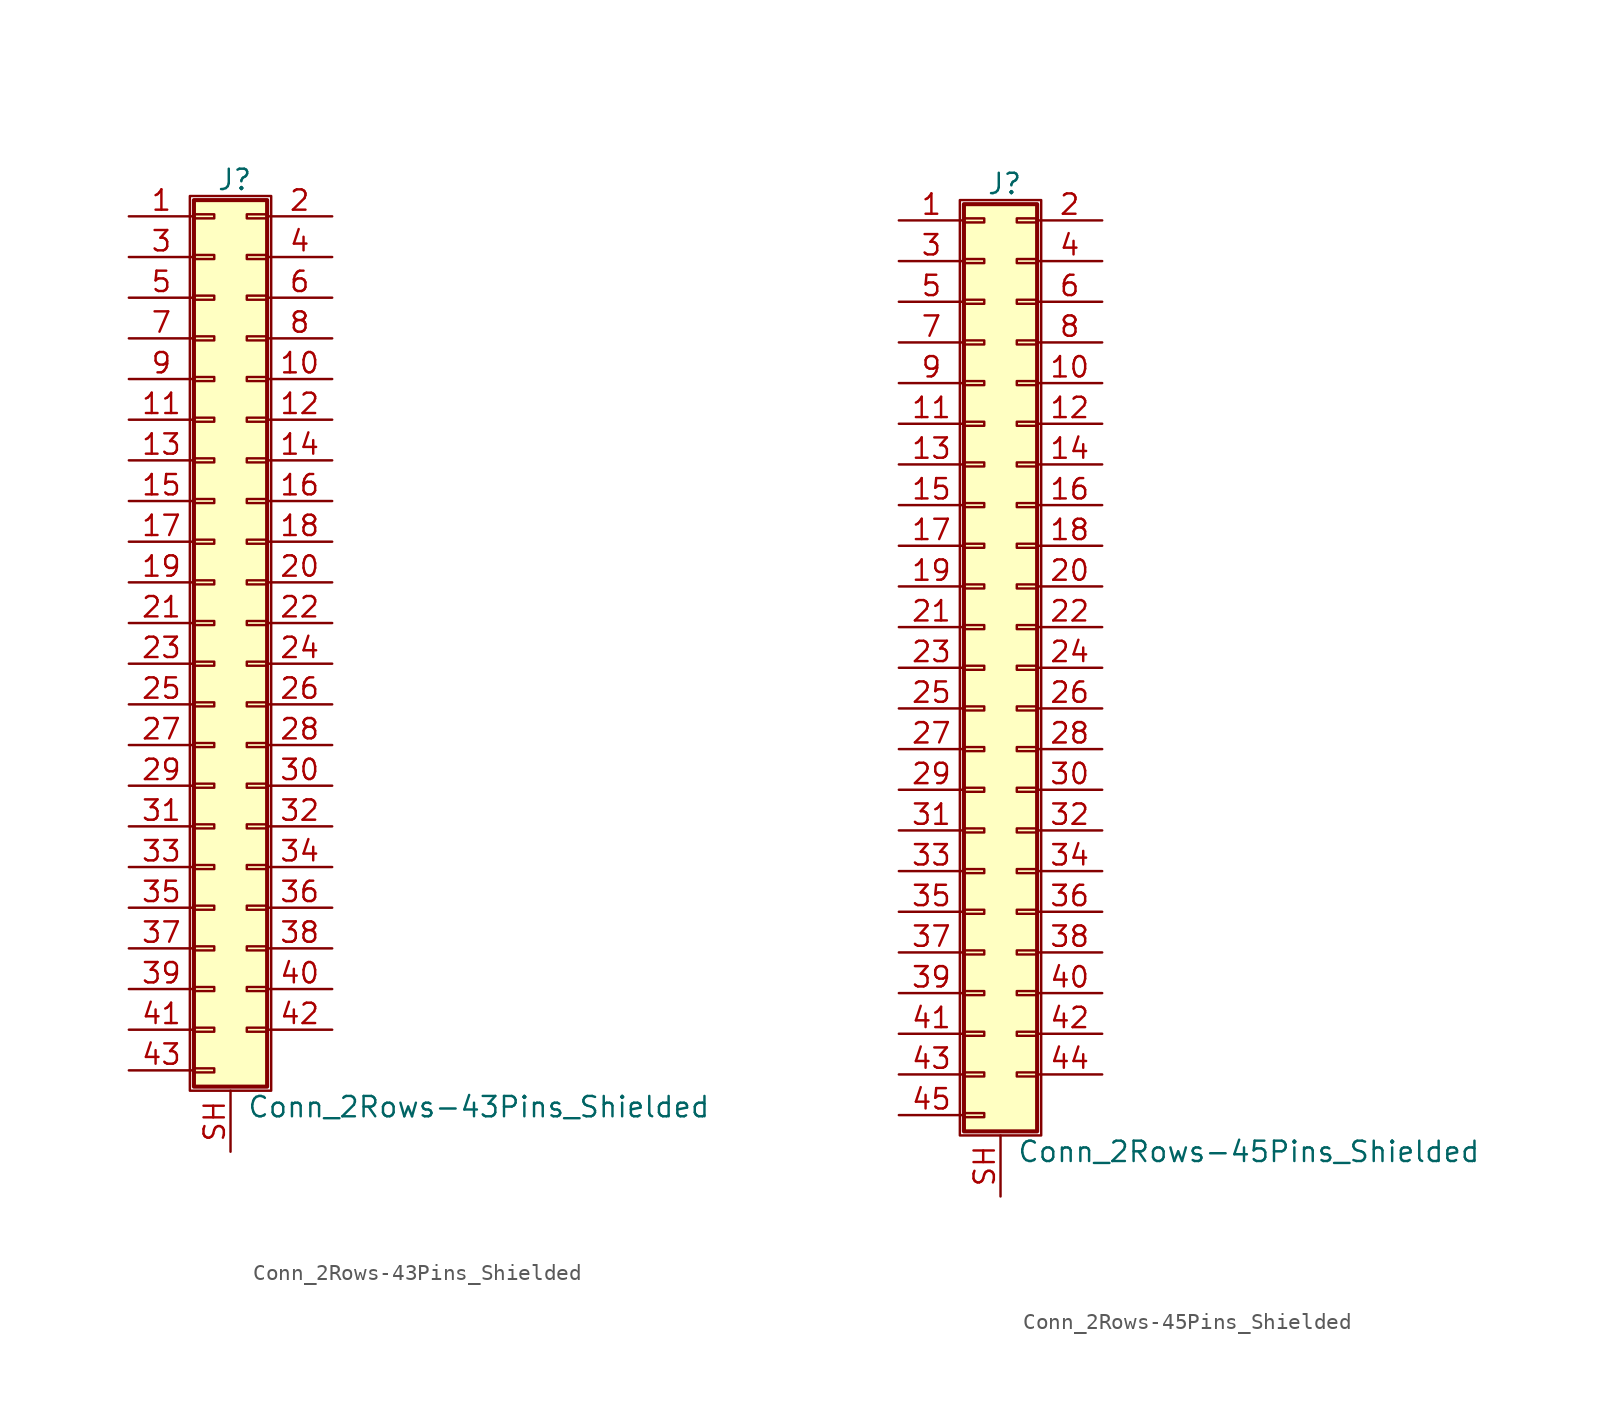
<source format=kicad_sym>
(kicad_symbol_lib
  (version 20201005)
  (generator kicad_symbol_editor)
  (symbol "Connector_Generic_Shielded:Conn_2Rows-43Pins_Shielded"
    (pin_names
      (offset 1.016) hide)
    (property "Reference" "J"
      (at 1.524 27.686 0)
      (effects (font (size 1.27 1.27))))
    (property "Value" "Conn_2Rows-43Pins_Shielded"
      (at 2.286 -30.226 0)
      (effects (font (size 1.27 1.27)) (justify left)))
    (symbol "Conn_2Rows-43Pins_Shielded_1_1"
      (rectangle (start -1.016 -27.813) (end 0.254 -28.067) (stroke (width 0.152)) (fill (type none)))
      (rectangle (start -1.016 -4.953) (end 0.254 -5.207) (stroke (width 0.152)) (fill (type none)))
      (rectangle (start -1.016 -7.493) (end 0.254 -7.747) (stroke (width 0.152)) (fill (type none)))
      (rectangle (start -1.016 -10.033) (end 0.254 -10.287) (stroke (width 0.152)) (fill (type none)))
      (rectangle (start -1.016 -12.573) (end 0.254 -12.827) (stroke (width 0.152)) (fill (type none)))
      (rectangle (start -1.016 -15.113) (end 0.254 -15.367) (stroke (width 0.152)) (fill (type none)))
      (rectangle (start -1.016 -17.653) (end 0.254 -17.907) (stroke (width 0.152)) (fill (type none)))
      (rectangle (start -1.016 -20.193) (end 0.254 -20.447) (stroke (width 0.152)) (fill (type none)))
      (rectangle (start -1.016 -22.733) (end 0.254 -22.987) (stroke (width 0.152)) (fill (type none)))
      (rectangle (start -1.016 -2.413) (end 0.254 -2.667) (stroke (width 0.152)) (fill (type none)))
      (rectangle (start -1.016 -25.273) (end 0.254 -25.527) (stroke (width 0.152)) (fill (type none)))
      (rectangle (start -1.016 25.527) (end 0.254 25.273) (stroke (width 0.152)) (fill (type none)))
      (rectangle (start -1.016 26.416) (end 3.556 -28.956) (stroke (width 0.254)) (fill (type background)))
      (rectangle (start -1.016 2.667) (end 0.254 2.413) (stroke (width 0.152)) (fill (type none)))
      (rectangle (start -1.016 5.207) (end 0.254 4.953) (stroke (width 0.152)) (fill (type none)))
      (rectangle (start -1.016 7.747) (end 0.254 7.493) (stroke (width 0.152)) (fill (type none)))
      (rectangle (start -1.016 10.287) (end 0.254 10.033) (stroke (width 0.152)) (fill (type none)))
      (rectangle (start -1.016 0.127) (end 0.254 -0.127) (stroke (width 0.152)) (fill (type none)))
      (rectangle (start -1.016 12.827) (end 0.254 12.573) (stroke (width 0.152)) (fill (type none)))
      (rectangle (start -1.016 15.367) (end 0.254 15.113) (stroke (width 0.152)) (fill (type none)))
      (rectangle (start -1.016 17.907) (end 0.254 17.653) (stroke (width 0.152)) (fill (type none)))
      (rectangle (start -1.016 20.447) (end 0.254 20.193) (stroke (width 0.152)) (fill (type none)))
      (rectangle (start -1.016 22.987) (end 0.254 22.733) (stroke (width 0.152)) (fill (type none)))
      (rectangle (start -1.27 26.67) (end 3.81 -29.21) (stroke (width 0.152)) (fill (type none)))
      (rectangle (start 3.556 -4.953) (end 2.286 -5.207) (stroke (width 0.152)) (fill (type none)))
      (rectangle (start 3.556 -7.493) (end 2.286 -7.747) (stroke (width 0.152)) (fill (type none)))
      (rectangle (start 3.556 -10.033) (end 2.286 -10.287) (stroke (width 0.152)) (fill (type none)))
      (rectangle (start 3.556 -12.573) (end 2.286 -12.827) (stroke (width 0.152)) (fill (type none)))
      (rectangle (start 3.556 -15.113) (end 2.286 -15.367) (stroke (width 0.152)) (fill (type none)))
      (rectangle (start 3.556 -17.653) (end 2.286 -17.907) (stroke (width 0.152)) (fill (type none)))
      (rectangle (start 3.556 -20.193) (end 2.286 -20.447) (stroke (width 0.152)) (fill (type none)))
      (rectangle (start 3.556 -22.733) (end 2.286 -22.987) (stroke (width 0.152)) (fill (type none)))
      (rectangle (start 3.556 -2.413) (end 2.286 -2.667) (stroke (width 0.152)) (fill (type none)))
      (rectangle (start 3.556 -25.273) (end 2.286 -25.527) (stroke (width 0.152)) (fill (type none)))
      (rectangle (start 3.556 25.527) (end 2.286 25.273) (stroke (width 0.152)) (fill (type none)))
      (rectangle (start 3.556 2.667) (end 2.286 2.413) (stroke (width 0.152)) (fill (type none)))
      (rectangle (start 3.556 5.207) (end 2.286 4.953) (stroke (width 0.152)) (fill (type none)))
      (rectangle (start 3.556 7.747) (end 2.286 7.493) (stroke (width 0.152)) (fill (type none)))
      (rectangle (start 3.556 10.287) (end 2.286 10.033) (stroke (width 0.152)) (fill (type none)))
      (rectangle (start 3.556 0.127) (end 2.286 -0.127) (stroke (width 0.152)) (fill (type none)))
      (rectangle (start 3.556 12.827) (end 2.286 12.573) (stroke (width 0.152)) (fill (type none)))
      (rectangle (start 3.556 15.367) (end 2.286 15.113) (stroke (width 0.152)) (fill (type none)))
      (rectangle (start 3.556 17.907) (end 2.286 17.653) (stroke (width 0.152)) (fill (type none)))
      (rectangle (start 3.556 20.447) (end 2.286 20.193) (stroke (width 0.152)) (fill (type none)))
      (rectangle (start 3.556 22.987) (end 2.286 22.733) (stroke (width 0.152)) (fill (type none)))
      (pin passive line (at -5.08 25.4 0) (length 4.064) (name "Pin_1" (effects (font (size 1.27 1.27)))) (number "1" (effects (font (size 1.27 1.27)))))
      (pin passive line (at 7.62 15.24 180) (length 4.064) (name "Pin_10" (effects (font (size 1.27 1.27)))) (number "10" (effects (font (size 1.27 1.27)))))
      (pin passive line (at -5.08 12.7 0) (length 4.064) (name "Pin_11" (effects (font (size 1.27 1.27)))) (number "11" (effects (font (size 1.27 1.27)))))
      (pin passive line (at 7.62 12.7 180) (length 4.064) (name "Pin_12" (effects (font (size 1.27 1.27)))) (number "12" (effects (font (size 1.27 1.27)))))
      (pin passive line (at -5.08 10.16 0) (length 4.064) (name "Pin_13" (effects (font (size 1.27 1.27)))) (number "13" (effects (font (size 1.27 1.27)))))
      (pin passive line (at 7.62 10.16 180) (length 4.064) (name "Pin_14" (effects (font (size 1.27 1.27)))) (number "14" (effects (font (size 1.27 1.27)))))
      (pin passive line (at -5.08 7.62 0) (length 4.064) (name "Pin_15" (effects (font (size 1.27 1.27)))) (number "15" (effects (font (size 1.27 1.27)))))
      (pin passive line (at 7.62 7.62 180) (length 4.064) (name "Pin_16" (effects (font (size 1.27 1.27)))) (number "16" (effects (font (size 1.27 1.27)))))
      (pin passive line (at -5.08 5.08 0) (length 4.064) (name "Pin_17" (effects (font (size 1.27 1.27)))) (number "17" (effects (font (size 1.27 1.27)))))
      (pin passive line (at 7.62 5.08 180) (length 4.064) (name "Pin_18" (effects (font (size 1.27 1.27)))) (number "18" (effects (font (size 1.27 1.27)))))
      (pin passive line (at -5.08 2.54 0) (length 4.064) (name "Pin_19" (effects (font (size 1.27 1.27)))) (number "19" (effects (font (size 1.27 1.27)))))
      (pin passive line (at 7.62 25.4 180) (length 4.064) (name "Pin_2" (effects (font (size 1.27 1.27)))) (number "2" (effects (font (size 1.27 1.27)))))
      (pin passive line (at 7.62 2.54 180) (length 4.064) (name "Pin_20" (effects (font (size 1.27 1.27)))) (number "20" (effects (font (size 1.27 1.27)))))
      (pin passive line (at -5.08 0 0) (length 4.064) (name "Pin_21" (effects (font (size 1.27 1.27)))) (number "21" (effects (font (size 1.27 1.27)))))
      (pin passive line (at 7.62 0 180) (length 4.064) (name "Pin_22" (effects (font (size 1.27 1.27)))) (number "22" (effects (font (size 1.27 1.27)))))
      (pin passive line (at -5.08 -2.54 0) (length 4.064) (name "Pin_23" (effects (font (size 1.27 1.27)))) (number "23" (effects (font (size 1.27 1.27)))))
      (pin passive line (at 7.62 -2.54 180) (length 4.064) (name "Pin_24" (effects (font (size 1.27 1.27)))) (number "24" (effects (font (size 1.27 1.27)))))
      (pin passive line (at -5.08 -5.08 0) (length 4.064) (name "Pin_25" (effects (font (size 1.27 1.27)))) (number "25" (effects (font (size 1.27 1.27)))))
      (pin passive line (at 7.62 -5.08 180) (length 4.064) (name "Pin_26" (effects (font (size 1.27 1.27)))) (number "26" (effects (font (size 1.27 1.27)))))
      (pin passive line (at -5.08 -7.62 0) (length 4.064) (name "Pin_27" (effects (font (size 1.27 1.27)))) (number "27" (effects (font (size 1.27 1.27)))))
      (pin passive line (at 7.62 -7.62 180) (length 4.064) (name "Pin_28" (effects (font (size 1.27 1.27)))) (number "28" (effects (font (size 1.27 1.27)))))
      (pin passive line (at -5.08 -10.16 0) (length 4.064) (name "Pin_29" (effects (font (size 1.27 1.27)))) (number "29" (effects (font (size 1.27 1.27)))))
      (pin passive line (at -5.08 22.86 0) (length 4.064) (name "Pin_3" (effects (font (size 1.27 1.27)))) (number "3" (effects (font (size 1.27 1.27)))))
      (pin passive line (at 7.62 -10.16 180) (length 4.064) (name "Pin_30" (effects (font (size 1.27 1.27)))) (number "30" (effects (font (size 1.27 1.27)))))
      (pin passive line (at -5.08 -12.7 0) (length 4.064) (name "Pin_31" (effects (font (size 1.27 1.27)))) (number "31" (effects (font (size 1.27 1.27)))))
      (pin passive line (at 7.62 -12.7 180) (length 4.064) (name "Pin_32" (effects (font (size 1.27 1.27)))) (number "32" (effects (font (size 1.27 1.27)))))
      (pin passive line (at -5.08 -15.24 0) (length 4.064) (name "Pin_33" (effects (font (size 1.27 1.27)))) (number "33" (effects (font (size 1.27 1.27)))))
      (pin passive line (at 7.62 -15.24 180) (length 4.064) (name "Pin_34" (effects (font (size 1.27 1.27)))) (number "34" (effects (font (size 1.27 1.27)))))
      (pin passive line (at -5.08 -17.78 0) (length 4.064) (name "Pin_35" (effects (font (size 1.27 1.27)))) (number "35" (effects (font (size 1.27 1.27)))))
      (pin passive line (at 7.62 -17.78 180) (length 4.064) (name "Pin_36" (effects (font (size 1.27 1.27)))) (number "36" (effects (font (size 1.27 1.27)))))
      (pin passive line (at -5.08 -20.32 0) (length 4.064) (name "Pin_37" (effects (font (size 1.27 1.27)))) (number "37" (effects (font (size 1.27 1.27)))))
      (pin passive line (at 7.62 -20.32 180) (length 4.064) (name "Pin_38" (effects (font (size 1.27 1.27)))) (number "38" (effects (font (size 1.27 1.27)))))
      (pin passive line (at -5.08 -22.86 0) (length 4.064) (name "Pin_39" (effects (font (size 1.27 1.27)))) (number "39" (effects (font (size 1.27 1.27)))))
      (pin passive line (at 7.62 22.86 180) (length 4.064) (name "Pin_4" (effects (font (size 1.27 1.27)))) (number "4" (effects (font (size 1.27 1.27)))))
      (pin passive line (at 7.62 -22.86 180) (length 4.064) (name "Pin_40" (effects (font (size 1.27 1.27)))) (number "40" (effects (font (size 1.27 1.27)))))
      (pin passive line (at -5.08 -25.4 0) (length 4.064) (name "Pin_41" (effects (font (size 1.27 1.27)))) (number "41" (effects (font (size 1.27 1.27)))))
      (pin passive line (at 7.62 -25.4 180) (length 4.064) (name "Pin_42" (effects (font (size 1.27 1.27)))) (number "42" (effects (font (size 1.27 1.27)))))
      (pin passive line (at -5.08 -27.94 0) (length 4.064) (name "Pin_43" (effects (font (size 1.27 1.27)))) (number "43" (effects (font (size 1.27 1.27)))))
      (pin passive line (at -5.08 20.32 0) (length 4.064) (name "Pin_5" (effects (font (size 1.27 1.27)))) (number "5" (effects (font (size 1.27 1.27)))))
      (pin passive line (at 7.62 20.32 180) (length 4.064) (name "Pin_6" (effects (font (size 1.27 1.27)))) (number "6" (effects (font (size 1.27 1.27)))))
      (pin passive line (at -5.08 17.78 0) (length 4.064) (name "Pin_7" (effects (font (size 1.27 1.27)))) (number "7" (effects (font (size 1.27 1.27)))))
      (pin passive line (at 7.62 17.78 180) (length 4.064) (name "Pin_8" (effects (font (size 1.27 1.27)))) (number "8" (effects (font (size 1.27 1.27)))))
      (pin passive line (at -5.08 15.24 0) (length 4.064) (name "Pin_9" (effects (font (size 1.27 1.27)))) (number "9" (effects (font (size 1.27 1.27)))))
      (pin passive line (at 1.27 -33.02 90) (length 3.81) (name "Shield" (effects (font (size 1.27 1.27)))) (number "SH" (effects (font (size 1.27 1.27)))))))
  (symbol "Connector_Generic_Shielded:Conn_2Rows-45Pins_Shielded"
    (pin_names
      (offset 1.016) hide)
    (property "Reference" "J"
      (at 1.524 30.226 0)
      (effects (font (size 1.27 1.27))))
    (property "Value" "Conn_2Rows-45Pins_Shielded"
      (at 2.286 -30.226 0)
      (effects (font (size 1.27 1.27)) (justify left)))
    (symbol "Conn_2Rows-45Pins_Shielded_1_1"
      (rectangle (start -1.016 -27.813) (end 0.254 -28.067) (stroke (width 0.152)) (fill (type none)))
      (rectangle (start -1.016 -4.953) (end 0.254 -5.207) (stroke (width 0.152)) (fill (type none)))
      (rectangle (start -1.016 -7.493) (end 0.254 -7.747) (stroke (width 0.152)) (fill (type none)))
      (rectangle (start -1.016 -10.033) (end 0.254 -10.287) (stroke (width 0.152)) (fill (type none)))
      (rectangle (start -1.016 -12.573) (end 0.254 -12.827) (stroke (width 0.152)) (fill (type none)))
      (rectangle (start -1.016 -15.113) (end 0.254 -15.367) (stroke (width 0.152)) (fill (type none)))
      (rectangle (start -1.016 -17.653) (end 0.254 -17.907) (stroke (width 0.152)) (fill (type none)))
      (rectangle (start -1.016 -20.193) (end 0.254 -20.447) (stroke (width 0.152)) (fill (type none)))
      (rectangle (start -1.016 -22.733) (end 0.254 -22.987) (stroke (width 0.152)) (fill (type none)))
      (rectangle (start -1.016 -2.413) (end 0.254 -2.667) (stroke (width 0.152)) (fill (type none)))
      (rectangle (start -1.016 -25.273) (end 0.254 -25.527) (stroke (width 0.152)) (fill (type none)))
      (rectangle (start -1.016 25.527) (end 0.254 25.273) (stroke (width 0.152)) (fill (type none)))
      (rectangle (start -1.016 2.667) (end 0.254 2.413) (stroke (width 0.152)) (fill (type none)))
      (rectangle (start -1.016 28.067) (end 0.254 27.813) (stroke (width 0.152)) (fill (type none)))
      (rectangle (start -1.016 28.956) (end 3.556 -28.956) (stroke (width 0.254)) (fill (type background)))
      (rectangle (start -1.016 5.207) (end 0.254 4.953) (stroke (width 0.152)) (fill (type none)))
      (rectangle (start -1.016 7.747) (end 0.254 7.493) (stroke (width 0.152)) (fill (type none)))
      (rectangle (start -1.016 10.287) (end 0.254 10.033) (stroke (width 0.152)) (fill (type none)))
      (rectangle (start -1.016 0.127) (end 0.254 -0.127) (stroke (width 0.152)) (fill (type none)))
      (rectangle (start -1.016 12.827) (end 0.254 12.573) (stroke (width 0.152)) (fill (type none)))
      (rectangle (start -1.016 15.367) (end 0.254 15.113) (stroke (width 0.152)) (fill (type none)))
      (rectangle (start -1.016 17.907) (end 0.254 17.653) (stroke (width 0.152)) (fill (type none)))
      (rectangle (start -1.016 20.447) (end 0.254 20.193) (stroke (width 0.152)) (fill (type none)))
      (rectangle (start -1.016 22.987) (end 0.254 22.733) (stroke (width 0.152)) (fill (type none)))
      (rectangle (start -1.27 29.21) (end 3.81 -29.21) (stroke (width 0.152)) (fill (type none)))
      (rectangle (start 3.556 -4.953) (end 2.286 -5.207) (stroke (width 0.152)) (fill (type none)))
      (rectangle (start 3.556 -7.493) (end 2.286 -7.747) (stroke (width 0.152)) (fill (type none)))
      (rectangle (start 3.556 -10.033) (end 2.286 -10.287) (stroke (width 0.152)) (fill (type none)))
      (rectangle (start 3.556 -12.573) (end 2.286 -12.827) (stroke (width 0.152)) (fill (type none)))
      (rectangle (start 3.556 -15.113) (end 2.286 -15.367) (stroke (width 0.152)) (fill (type none)))
      (rectangle (start 3.556 -17.653) (end 2.286 -17.907) (stroke (width 0.152)) (fill (type none)))
      (rectangle (start 3.556 -20.193) (end 2.286 -20.447) (stroke (width 0.152)) (fill (type none)))
      (rectangle (start 3.556 -22.733) (end 2.286 -22.987) (stroke (width 0.152)) (fill (type none)))
      (rectangle (start 3.556 -2.413) (end 2.286 -2.667) (stroke (width 0.152)) (fill (type none)))
      (rectangle (start 3.556 -25.273) (end 2.286 -25.527) (stroke (width 0.152)) (fill (type none)))
      (rectangle (start 3.556 25.527) (end 2.286 25.273) (stroke (width 0.152)) (fill (type none)))
      (rectangle (start 3.556 2.667) (end 2.286 2.413) (stroke (width 0.152)) (fill (type none)))
      (rectangle (start 3.556 28.067) (end 2.286 27.813) (stroke (width 0.152)) (fill (type none)))
      (rectangle (start 3.556 5.207) (end 2.286 4.953) (stroke (width 0.152)) (fill (type none)))
      (rectangle (start 3.556 7.747) (end 2.286 7.493) (stroke (width 0.152)) (fill (type none)))
      (rectangle (start 3.556 10.287) (end 2.286 10.033) (stroke (width 0.152)) (fill (type none)))
      (rectangle (start 3.556 0.127) (end 2.286 -0.127) (stroke (width 0.152)) (fill (type none)))
      (rectangle (start 3.556 12.827) (end 2.286 12.573) (stroke (width 0.152)) (fill (type none)))
      (rectangle (start 3.556 15.367) (end 2.286 15.113) (stroke (width 0.152)) (fill (type none)))
      (rectangle (start 3.556 17.907) (end 2.286 17.653) (stroke (width 0.152)) (fill (type none)))
      (rectangle (start 3.556 20.447) (end 2.286 20.193) (stroke (width 0.152)) (fill (type none)))
      (rectangle (start 3.556 22.987) (end 2.286 22.733) (stroke (width 0.152)) (fill (type none)))
      (pin passive line (at -5.08 27.94 0) (length 4.064) (name "Pin_1" (effects (font (size 1.27 1.27)))) (number "1" (effects (font (size 1.27 1.27)))))
      (pin passive line (at 7.62 17.78 180) (length 4.064) (name "Pin_10" (effects (font (size 1.27 1.27)))) (number "10" (effects (font (size 1.27 1.27)))))
      (pin passive line (at -5.08 15.24 0) (length 4.064) (name "Pin_11" (effects (font (size 1.27 1.27)))) (number "11" (effects (font (size 1.27 1.27)))))
      (pin passive line (at 7.62 15.24 180) (length 4.064) (name "Pin_12" (effects (font (size 1.27 1.27)))) (number "12" (effects (font (size 1.27 1.27)))))
      (pin passive line (at -5.08 12.7 0) (length 4.064) (name "Pin_13" (effects (font (size 1.27 1.27)))) (number "13" (effects (font (size 1.27 1.27)))))
      (pin passive line (at 7.62 12.7 180) (length 4.064) (name "Pin_14" (effects (font (size 1.27 1.27)))) (number "14" (effects (font (size 1.27 1.27)))))
      (pin passive line (at -5.08 10.16 0) (length 4.064) (name "Pin_15" (effects (font (size 1.27 1.27)))) (number "15" (effects (font (size 1.27 1.27)))))
      (pin passive line (at 7.62 10.16 180) (length 4.064) (name "Pin_16" (effects (font (size 1.27 1.27)))) (number "16" (effects (font (size 1.27 1.27)))))
      (pin passive line (at -5.08 7.62 0) (length 4.064) (name "Pin_17" (effects (font (size 1.27 1.27)))) (number "17" (effects (font (size 1.27 1.27)))))
      (pin passive line (at 7.62 7.62 180) (length 4.064) (name "Pin_18" (effects (font (size 1.27 1.27)))) (number "18" (effects (font (size 1.27 1.27)))))
      (pin passive line (at -5.08 5.08 0) (length 4.064) (name "Pin_19" (effects (font (size 1.27 1.27)))) (number "19" (effects (font (size 1.27 1.27)))))
      (pin passive line (at 7.62 27.94 180) (length 4.064) (name "Pin_2" (effects (font (size 1.27 1.27)))) (number "2" (effects (font (size 1.27 1.27)))))
      (pin passive line (at 7.62 5.08 180) (length 4.064) (name "Pin_20" (effects (font (size 1.27 1.27)))) (number "20" (effects (font (size 1.27 1.27)))))
      (pin passive line (at -5.08 2.54 0) (length 4.064) (name "Pin_21" (effects (font (size 1.27 1.27)))) (number "21" (effects (font (size 1.27 1.27)))))
      (pin passive line (at 7.62 2.54 180) (length 4.064) (name "Pin_22" (effects (font (size 1.27 1.27)))) (number "22" (effects (font (size 1.27 1.27)))))
      (pin passive line (at -5.08 0 0) (length 4.064) (name "Pin_23" (effects (font (size 1.27 1.27)))) (number "23" (effects (font (size 1.27 1.27)))))
      (pin passive line (at 7.62 0 180) (length 4.064) (name "Pin_24" (effects (font (size 1.27 1.27)))) (number "24" (effects (font (size 1.27 1.27)))))
      (pin passive line (at -5.08 -2.54 0) (length 4.064) (name "Pin_25" (effects (font (size 1.27 1.27)))) (number "25" (effects (font (size 1.27 1.27)))))
      (pin passive line (at 7.62 -2.54 180) (length 4.064) (name "Pin_26" (effects (font (size 1.27 1.27)))) (number "26" (effects (font (size 1.27 1.27)))))
      (pin passive line (at -5.08 -5.08 0) (length 4.064) (name "Pin_27" (effects (font (size 1.27 1.27)))) (number "27" (effects (font (size 1.27 1.27)))))
      (pin passive line (at 7.62 -5.08 180) (length 4.064) (name "Pin_28" (effects (font (size 1.27 1.27)))) (number "28" (effects (font (size 1.27 1.27)))))
      (pin passive line (at -5.08 -7.62 0) (length 4.064) (name "Pin_29" (effects (font (size 1.27 1.27)))) (number "29" (effects (font (size 1.27 1.27)))))
      (pin passive line (at -5.08 25.4 0) (length 4.064) (name "Pin_3" (effects (font (size 1.27 1.27)))) (number "3" (effects (font (size 1.27 1.27)))))
      (pin passive line (at 7.62 -7.62 180) (length 4.064) (name "Pin_30" (effects (font (size 1.27 1.27)))) (number "30" (effects (font (size 1.27 1.27)))))
      (pin passive line (at -5.08 -10.16 0) (length 4.064) (name "Pin_31" (effects (font (size 1.27 1.27)))) (number "31" (effects (font (size 1.27 1.27)))))
      (pin passive line (at 7.62 -10.16 180) (length 4.064) (name "Pin_32" (effects (font (size 1.27 1.27)))) (number "32" (effects (font (size 1.27 1.27)))))
      (pin passive line (at -5.08 -12.7 0) (length 4.064) (name "Pin_33" (effects (font (size 1.27 1.27)))) (number "33" (effects (font (size 1.27 1.27)))))
      (pin passive line (at 7.62 -12.7 180) (length 4.064) (name "Pin_34" (effects (font (size 1.27 1.27)))) (number "34" (effects (font (size 1.27 1.27)))))
      (pin passive line (at -5.08 -15.24 0) (length 4.064) (name "Pin_35" (effects (font (size 1.27 1.27)))) (number "35" (effects (font (size 1.27 1.27)))))
      (pin passive line (at 7.62 -15.24 180) (length 4.064) (name "Pin_36" (effects (font (size 1.27 1.27)))) (number "36" (effects (font (size 1.27 1.27)))))
      (pin passive line (at -5.08 -17.78 0) (length 4.064) (name "Pin_37" (effects (font (size 1.27 1.27)))) (number "37" (effects (font (size 1.27 1.27)))))
      (pin passive line (at 7.62 -17.78 180) (length 4.064) (name "Pin_38" (effects (font (size 1.27 1.27)))) (number "38" (effects (font (size 1.27 1.27)))))
      (pin passive line (at -5.08 -20.32 0) (length 4.064) (name "Pin_39" (effects (font (size 1.27 1.27)))) (number "39" (effects (font (size 1.27 1.27)))))
      (pin passive line (at 7.62 25.4 180) (length 4.064) (name "Pin_4" (effects (font (size 1.27 1.27)))) (number "4" (effects (font (size 1.27 1.27)))))
      (pin passive line (at 7.62 -20.32 180) (length 4.064) (name "Pin_40" (effects (font (size 1.27 1.27)))) (number "40" (effects (font (size 1.27 1.27)))))
      (pin passive line (at -5.08 -22.86 0) (length 4.064) (name "Pin_41" (effects (font (size 1.27 1.27)))) (number "41" (effects (font (size 1.27 1.27)))))
      (pin passive line (at 7.62 -22.86 180) (length 4.064) (name "Pin_42" (effects (font (size 1.27 1.27)))) (number "42" (effects (font (size 1.27 1.27)))))
      (pin passive line (at -5.08 -25.4 0) (length 4.064) (name "Pin_43" (effects (font (size 1.27 1.27)))) (number "43" (effects (font (size 1.27 1.27)))))
      (pin passive line (at 7.62 -25.4 180) (length 4.064) (name "Pin_44" (effects (font (size 1.27 1.27)))) (number "44" (effects (font (size 1.27 1.27)))))
      (pin passive line (at -5.08 -27.94 0) (length 4.064) (name "Pin_45" (effects (font (size 1.27 1.27)))) (number "45" (effects (font (size 1.27 1.27)))))
      (pin passive line (at -5.08 22.86 0) (length 4.064) (name "Pin_5" (effects (font (size 1.27 1.27)))) (number "5" (effects (font (size 1.27 1.27)))))
      (pin passive line (at 7.62 22.86 180) (length 4.064) (name "Pin_6" (effects (font (size 1.27 1.27)))) (number "6" (effects (font (size 1.27 1.27)))))
      (pin passive line (at -5.08 20.32 0) (length 4.064) (name "Pin_7" (effects (font (size 1.27 1.27)))) (number "7" (effects (font (size 1.27 1.27)))))
      (pin passive line (at 7.62 20.32 180) (length 4.064) (name "Pin_8" (effects (font (size 1.27 1.27)))) (number "8" (effects (font (size 1.27 1.27)))))
      (pin passive line (at -5.08 17.78 0) (length 4.064) (name "Pin_9" (effects (font (size 1.27 1.27)))) (number "9" (effects (font (size 1.27 1.27)))))
      (pin passive line (at 1.27 -33.02 90) (length 3.81) (name "Shield" (effects (font (size 1.27 1.27)))) (number "SH" (effects (font (size 1.27 1.27))))))))
</source>
